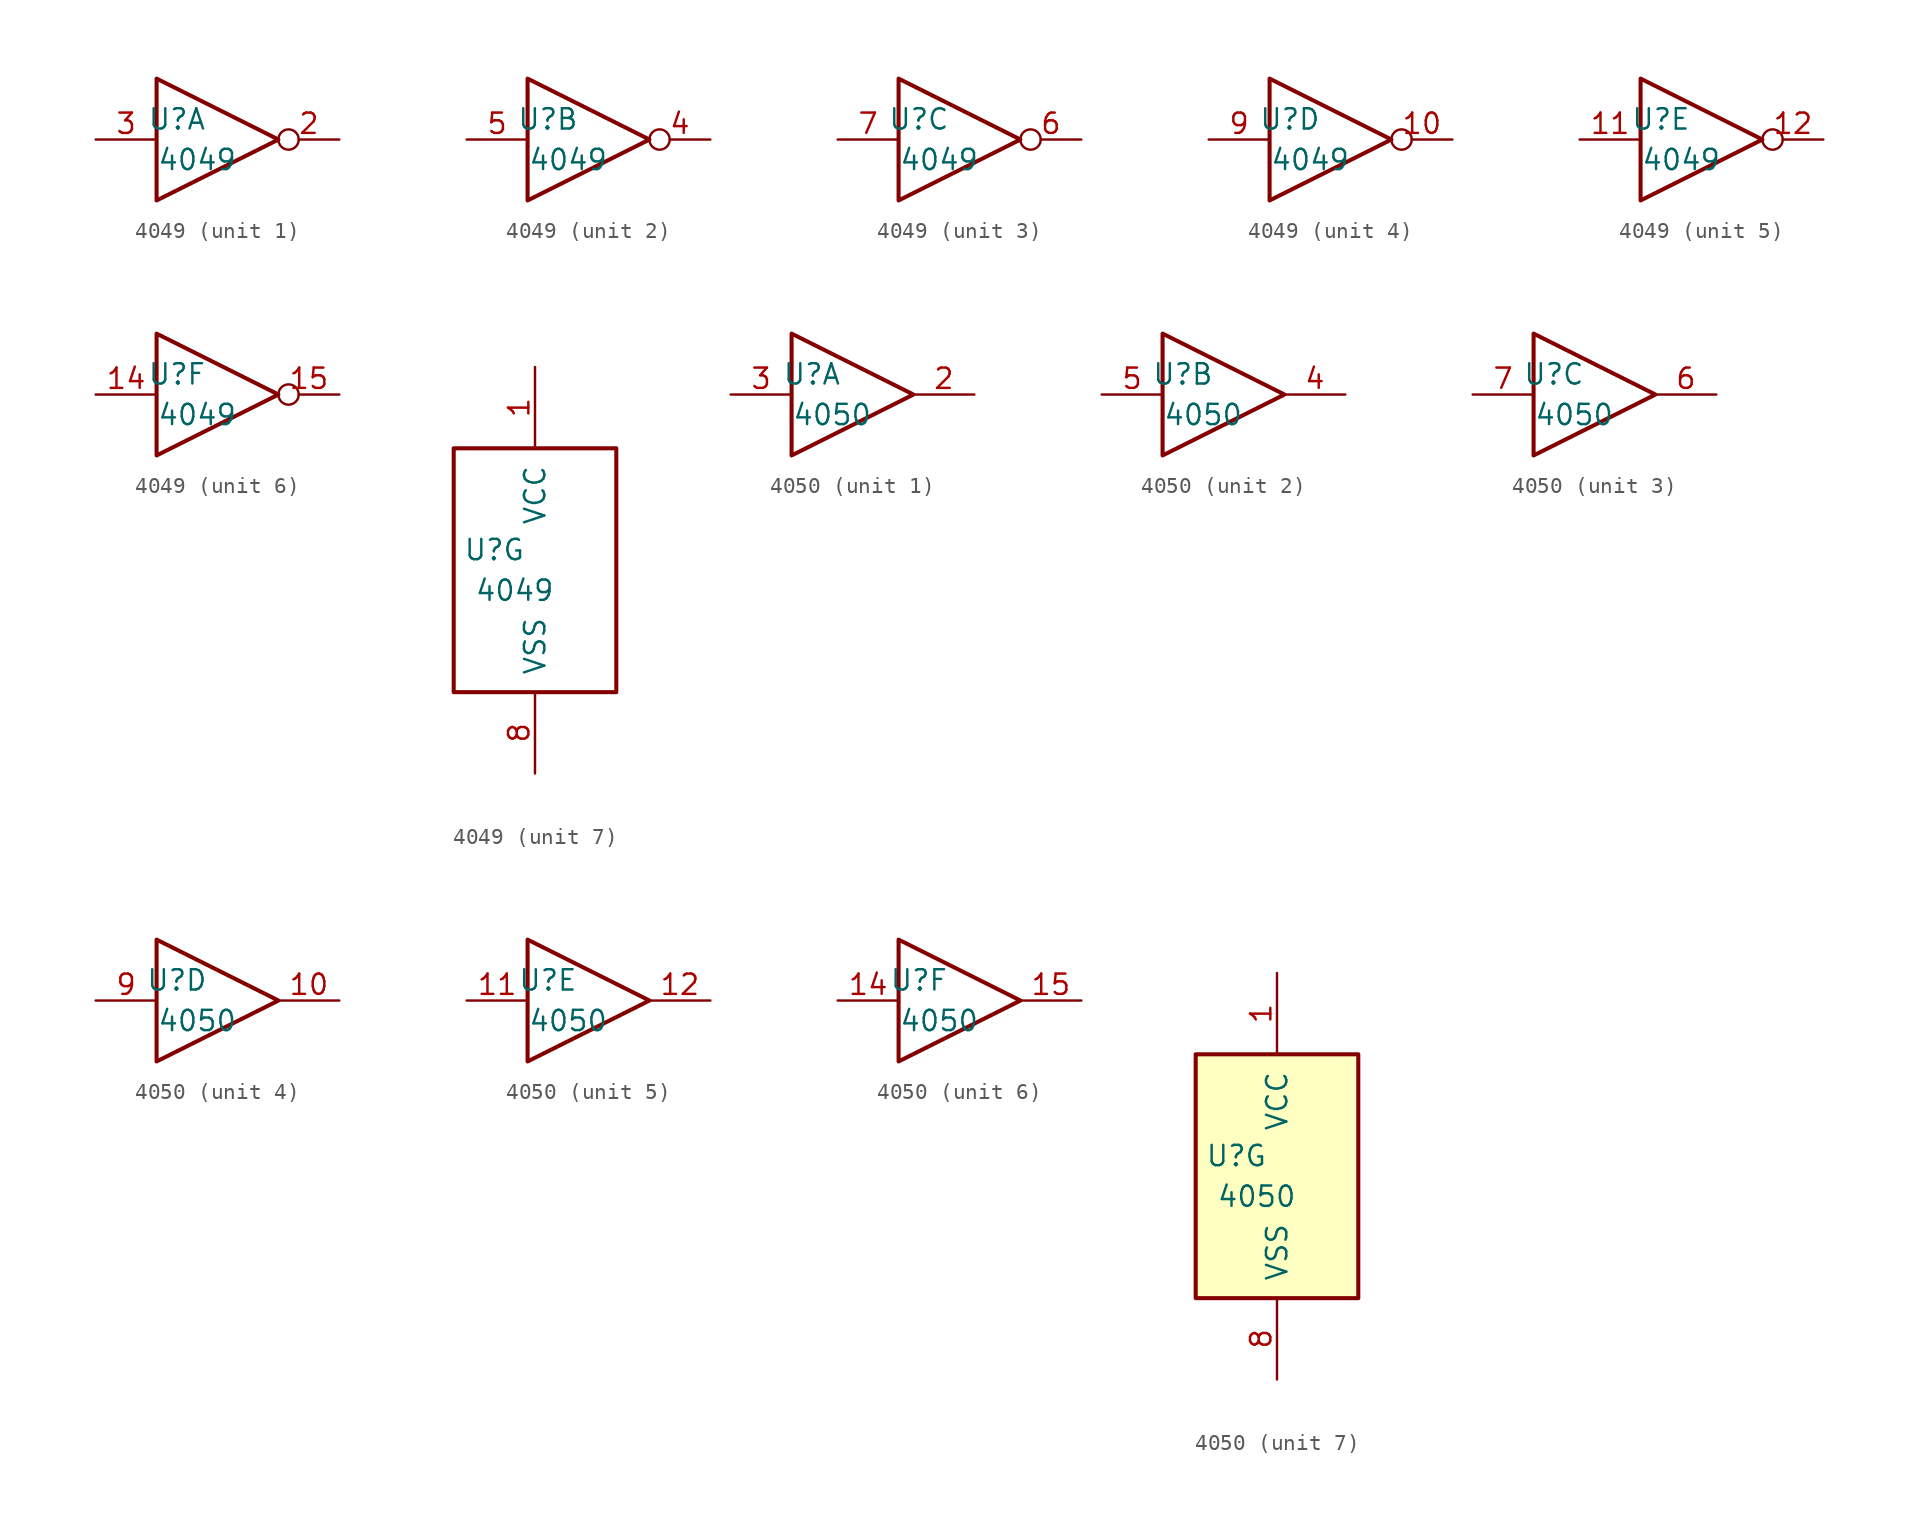
<source format=kicad_sym>
(kicad_symbol_lib
  (version 20220914)
  (generator kicad_symbol_editor)
  (symbol "4049"
    (pin_names
      (offset 1.016))
    (property "Reference" "U"
      (at -2.54 1.27 0)
      (effects (font (size 1.27 1.27))))
    (property "Value" "4049"
      (at -1.27 -1.27 0)
      (effects (font (size 1.27 1.27))))
    (property "ki_locked" ""
      (at 0 0 0)
      (effects (font (size 1.27 1.27))))
    (symbol "4049_1_0"
      (polyline (pts (xy -3.81 3.81) (xy -3.81 -3.81) (xy 3.81 0) (xy -3.81 3.81)) (stroke (width 0.254) (type default)) (fill (type none)))
      (pin output inverted (at 7.62 0 180) (length 3.81) (name "~" (effects (font (size 1.27 1.27)))) (number "2" (effects (font (size 1.27 1.27)))))
      (pin input line (at -7.62 0 0) (length 3.81) (name "~" (effects (font (size 1.27 1.27)))) (number "3" (effects (font (size 1.27 1.27))))))
    (symbol "4049_2_0"
      (polyline (pts (xy -3.81 3.81) (xy -3.81 -3.81) (xy 3.81 0) (xy -3.81 3.81)) (stroke (width 0.254) (type default)) (fill (type none)))
      (pin output inverted (at 7.62 0 180) (length 3.81) (name "~" (effects (font (size 1.27 1.27)))) (number "4" (effects (font (size 1.27 1.27)))))
      (pin input line (at -7.62 0 0) (length 3.81) (name "~" (effects (font (size 1.27 1.27)))) (number "5" (effects (font (size 1.27 1.27))))))
    (symbol "4049_3_0"
      (polyline (pts (xy -3.81 3.81) (xy -3.81 -3.81) (xy 3.81 0) (xy -3.81 3.81)) (stroke (width 0.254) (type default)) (fill (type none)))
      (pin output inverted (at 7.62 0 180) (length 3.81) (name "~" (effects (font (size 1.27 1.27)))) (number "6" (effects (font (size 1.27 1.27)))))
      (pin input line (at -7.62 0 0) (length 3.81) (name "~" (effects (font (size 1.27 1.27)))) (number "7" (effects (font (size 1.27 1.27))))))
    (symbol "4049_4_0"
      (polyline (pts (xy -3.81 3.81) (xy -3.81 -3.81) (xy 3.81 0) (xy -3.81 3.81)) (stroke (width 0.254) (type default)) (fill (type none)))
      (pin output inverted (at 7.62 0 180) (length 3.81) (name "~" (effects (font (size 1.27 1.27)))) (number "10" (effects (font (size 1.27 1.27)))))
      (pin input line (at -7.62 0 0) (length 3.81) (name "~" (effects (font (size 1.27 1.27)))) (number "9" (effects (font (size 1.27 1.27))))))
    (symbol "4049_5_0"
      (polyline (pts (xy -3.81 3.81) (xy -3.81 -3.81) (xy 3.81 0) (xy -3.81 3.81)) (stroke (width 0.254) (type default)) (fill (type none)))
      (pin input line (at -7.62 0 0) (length 3.81) (name "~" (effects (font (size 1.27 1.27)))) (number "11" (effects (font (size 1.27 1.27)))))
      (pin output inverted (at 7.62 0 180) (length 3.81) (name "~" (effects (font (size 1.27 1.27)))) (number "12" (effects (font (size 1.27 1.27))))))
    (symbol "4049_6_0"
      (polyline (pts (xy -3.81 3.81) (xy -3.81 -3.81) (xy 3.81 0) (xy -3.81 3.81)) (stroke (width 0.254) (type default)) (fill (type none)))
      (pin input line (at -7.62 0 0) (length 3.81) (name "~" (effects (font (size 1.27 1.27)))) (number "14" (effects (font (size 1.27 1.27)))))
      (pin output inverted (at 7.62 0 180) (length 3.81) (name "~" (effects (font (size 1.27 1.27)))) (number "15" (effects (font (size 1.27 1.27))))))
    (symbol "4049_7_0"
      (pin power_in line (at 0 12.7 270) (length 5.08) (name "VCC" (effects (font (size 1.27 1.27)))) (number "1" (effects (font (size 1.27 1.27)))))
      (pin power_in line (at 0 -12.7 90) (length 5.08) (name "VSS" (effects (font (size 1.27 1.27)))) (number "8" (effects (font (size 1.27 1.27))))))
    (symbol "4049_7_1"
      (rectangle (start -5.08 7.62) (end 5.08 -7.62) (stroke (width 0.254) (type default)) (fill (type none)))))
  (symbol "4050"
    (pin_names
      (offset 1.016))
    (property "Reference" "U"
      (at -2.54 1.27 0)
      (effects (font (size 1.27 1.27))))
    (property "Value" "4050"
      (at -1.27 -1.27 0)
      (effects (font (size 1.27 1.27))))
    (property "ki_locked" ""
      (at 0 0 0)
      (effects (font (size 1.27 1.27))))
    (symbol "4050_1_0"
      (polyline (pts (xy -3.81 3.81) (xy -3.81 -3.81) (xy 3.81 0) (xy -3.81 3.81)) (stroke (width 0.254) (type default)) (fill (type none)))
      (pin output line (at 7.62 0 180) (length 3.81) (name "~" (effects (font (size 1.27 1.27)))) (number "2" (effects (font (size 1.27 1.27)))))
      (pin input line (at -7.62 0 0) (length 3.81) (name "~" (effects (font (size 1.27 1.27)))) (number "3" (effects (font (size 1.27 1.27))))))
    (symbol "4050_2_0"
      (polyline (pts (xy -3.81 3.81) (xy -3.81 -3.81) (xy 3.81 0) (xy -3.81 3.81)) (stroke (width 0.254) (type default)) (fill (type none)))
      (pin output line (at 7.62 0 180) (length 3.81) (name "~" (effects (font (size 1.27 1.27)))) (number "4" (effects (font (size 1.27 1.27)))))
      (pin input line (at -7.62 0 0) (length 3.81) (name "~" (effects (font (size 1.27 1.27)))) (number "5" (effects (font (size 1.27 1.27))))))
    (symbol "4050_3_0"
      (polyline (pts (xy -3.81 3.81) (xy -3.81 -3.81) (xy 3.81 0) (xy -3.81 3.81)) (stroke (width 0.254) (type default)) (fill (type none)))
      (pin output line (at 7.62 0 180) (length 3.81) (name "~" (effects (font (size 1.27 1.27)))) (number "6" (effects (font (size 1.27 1.27)))))
      (pin input line (at -7.62 0 0) (length 3.81) (name "~" (effects (font (size 1.27 1.27)))) (number "7" (effects (font (size 1.27 1.27))))))
    (symbol "4050_4_0"
      (polyline (pts (xy -3.81 3.81) (xy -3.81 -3.81) (xy 3.81 0) (xy -3.81 3.81)) (stroke (width 0.254) (type default)) (fill (type none)))
      (pin output line (at 7.62 0 180) (length 3.81) (name "~" (effects (font (size 1.27 1.27)))) (number "10" (effects (font (size 1.27 1.27)))))
      (pin input line (at -7.62 0 0) (length 3.81) (name "~" (effects (font (size 1.27 1.27)))) (number "9" (effects (font (size 1.27 1.27))))))
    (symbol "4050_5_0"
      (polyline (pts (xy -3.81 3.81) (xy -3.81 -3.81) (xy 3.81 0) (xy -3.81 3.81)) (stroke (width 0.254) (type default)) (fill (type none)))
      (pin input line (at -7.62 0 0) (length 3.81) (name "~" (effects (font (size 1.27 1.27)))) (number "11" (effects (font (size 1.27 1.27)))))
      (pin output line (at 7.62 0 180) (length 3.81) (name "~" (effects (font (size 1.27 1.27)))) (number "12" (effects (font (size 1.27 1.27))))))
    (symbol "4050_6_0"
      (polyline (pts (xy -3.81 3.81) (xy -3.81 -3.81) (xy 3.81 0) (xy -3.81 3.81)) (stroke (width 0.254) (type default)) (fill (type none)))
      (pin input line (at -7.62 0 0) (length 3.81) (name "~" (effects (font (size 1.27 1.27)))) (number "14" (effects (font (size 1.27 1.27)))))
      (pin output line (at 7.62 0 180) (length 3.81) (name "~" (effects (font (size 1.27 1.27)))) (number "15" (effects (font (size 1.27 1.27))))))
    (symbol "4050_7_0"
      (pin power_in line (at 0 12.7 270) (length 5.08) (name "VCC" (effects (font (size 1.27 1.27)))) (number "1" (effects (font (size 1.27 1.27)))))
      (pin power_in line (at 0 -12.7 90) (length 5.08) (name "VSS" (effects (font (size 1.27 1.27)))) (number "8" (effects (font (size 1.27 1.27))))))
    (symbol "4050_7_1"
      (rectangle (start -5.08 7.62) (end 5.08 -7.62) (stroke (width 0.254) (type default)) (fill (type background))))))
</source>
